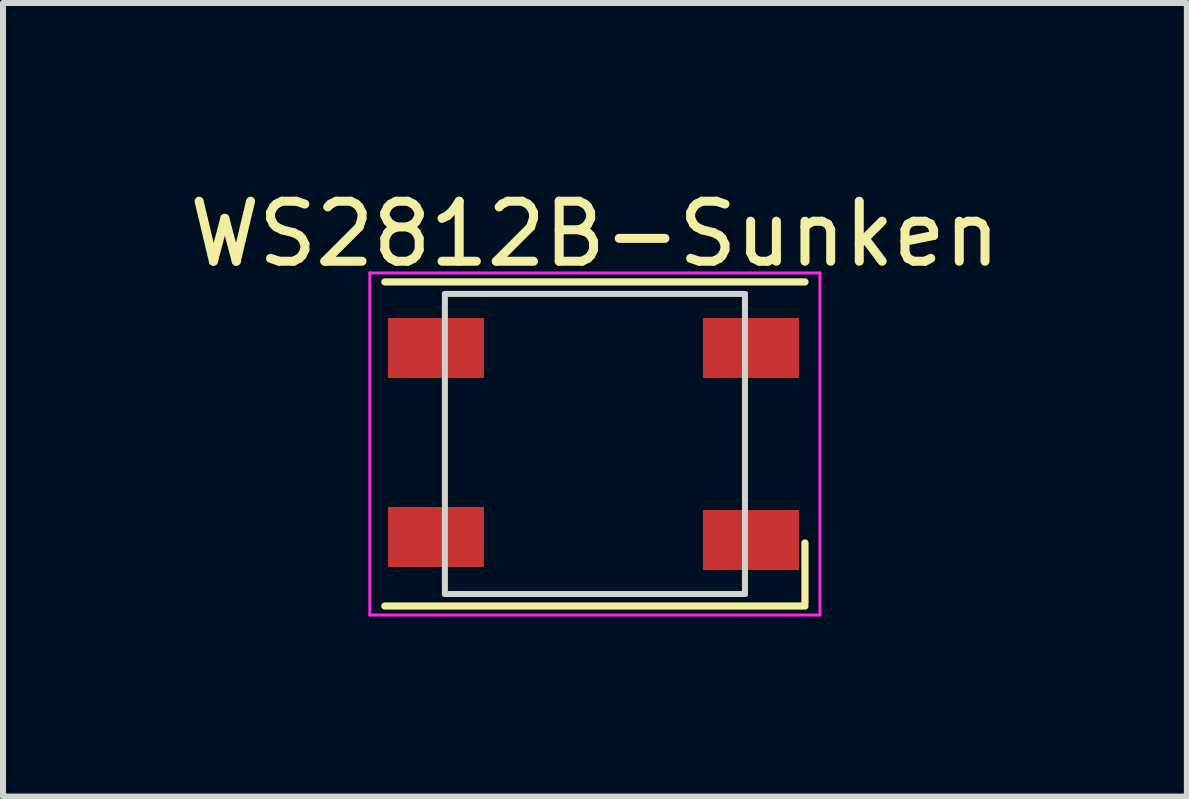
<source format=kicad_pcb>
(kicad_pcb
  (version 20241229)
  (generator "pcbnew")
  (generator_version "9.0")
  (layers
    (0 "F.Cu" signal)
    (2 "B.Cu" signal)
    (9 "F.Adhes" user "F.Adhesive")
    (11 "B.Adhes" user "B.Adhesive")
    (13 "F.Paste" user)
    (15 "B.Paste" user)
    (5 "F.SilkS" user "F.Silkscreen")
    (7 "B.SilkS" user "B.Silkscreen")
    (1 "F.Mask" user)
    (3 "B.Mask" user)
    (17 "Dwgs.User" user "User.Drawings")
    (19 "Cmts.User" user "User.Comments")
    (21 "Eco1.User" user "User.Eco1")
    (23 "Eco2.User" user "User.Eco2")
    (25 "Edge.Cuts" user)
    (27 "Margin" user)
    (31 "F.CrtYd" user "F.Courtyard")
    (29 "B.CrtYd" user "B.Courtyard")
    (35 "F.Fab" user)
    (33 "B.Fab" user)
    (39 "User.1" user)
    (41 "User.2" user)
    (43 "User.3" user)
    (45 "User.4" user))
  (footprint "WS2812B-Sunken"
    (layer "F.Cu")
    (at 6.863 4.348)
    (property "Reference" "WS2812B-Sunken" (at 0 -3.5 0) (layer "F.SilkS") (effects (font (size 1 1) (thickness 0.15))))
    (attr smd)
    (fp_line (start -3.5 -2.7) (end 3.5 -2.7) (stroke (width 0.12) (type solid)) (layer "F.SilkS"))
    (fp_line (start -3.5 2.7) (end 3.5 2.7) (stroke (width 0.12) (type solid)) (layer "F.SilkS"))
    (fp_line (start 3.5 2.65) (end 3.5 1.65) (stroke (width 0.12) (type solid)) (layer "F.SilkS"))
    (fp_line (start -2.5 -2.5) (end -2.5 2.5) (stroke (width 0.1) (type solid)) (layer "Edge.Cuts"))
    (fp_line (start -2.5 2.5) (end 2.5 2.5) (stroke (width 0.1) (type solid)) (layer "Edge.Cuts"))
    (fp_line (start 2.5 -2.5) (end -2.5 -2.5) (stroke (width 0.1) (type solid)) (layer "Edge.Cuts"))
    (fp_line (start 2.5 2.5) (end 2.5 -2.5) (stroke (width 0.1) (type solid)) (layer "Edge.Cuts"))
    (fp_line (start -3.75 -2.85) (end -3.75 2.85) (stroke (width 0.05) (type solid)) (layer "F.CrtYd"))
    (fp_line (start -3.75 2.85) (end 3.75 2.85) (stroke (width 0.05) (type solid)) (layer "F.CrtYd"))
    (fp_line (start 3.75 -2.85) (end -3.75 -2.85) (stroke (width 0.05) (type solid)) (layer "F.CrtYd"))
    (fp_line (start 3.75 2.85) (end 3.75 -2.85) (stroke (width 0.05) (type solid)) (layer "F.CrtYd"))
    (pad "1" smd rect (at -2.65 -1.6) (size 1.6 1) (layers "F.Cu" "F.Mask" "F.Paste"))
    (pad "2" smd rect (at -2.65 1.55) (size 1.6 1) (layers "F.Cu" "F.Mask" "F.Paste"))
    (pad "3" smd rect (at 2.6 1.6) (size 1.6 1) (layers "F.Cu" "F.Mask" "F.Paste"))
    (pad "4" smd rect (at 2.6 -1.6) (size 1.6 1) (layers "F.Cu" "F.Mask" "F.Paste")))
  (gr_rect
    (start -3 -3)
    (end 16.726 10.223)
    (stroke (width 0.1) (type default))
    (fill no)
    (layer "Edge.Cuts")))
</source>
